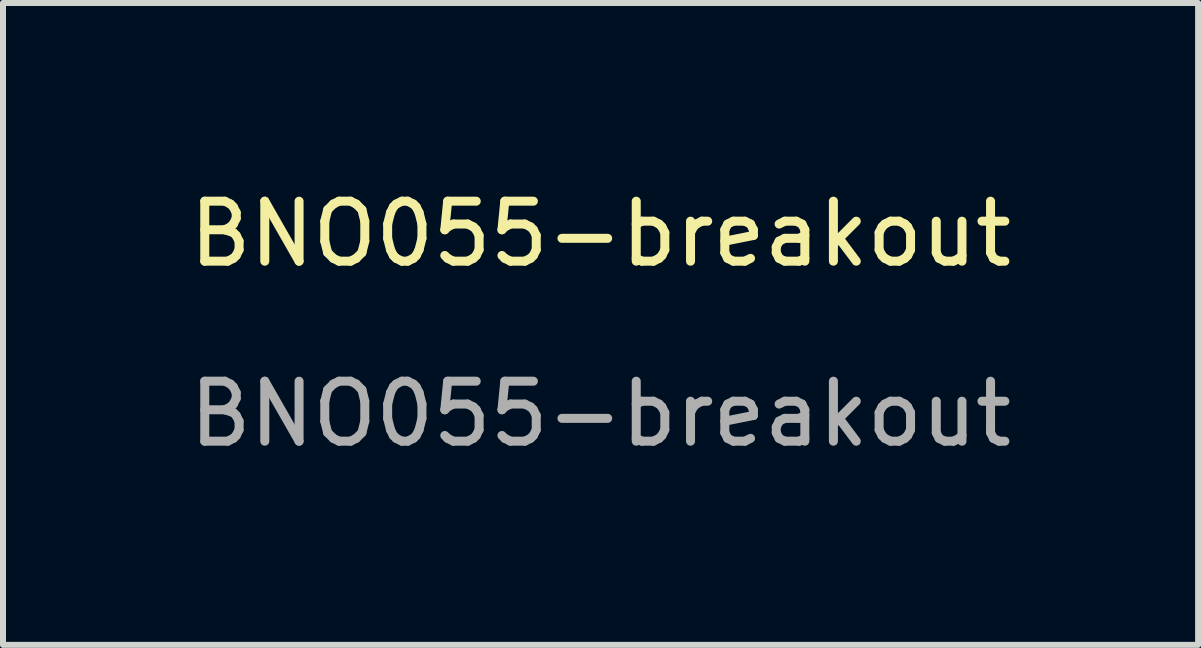
<source format=kicad_pcb>
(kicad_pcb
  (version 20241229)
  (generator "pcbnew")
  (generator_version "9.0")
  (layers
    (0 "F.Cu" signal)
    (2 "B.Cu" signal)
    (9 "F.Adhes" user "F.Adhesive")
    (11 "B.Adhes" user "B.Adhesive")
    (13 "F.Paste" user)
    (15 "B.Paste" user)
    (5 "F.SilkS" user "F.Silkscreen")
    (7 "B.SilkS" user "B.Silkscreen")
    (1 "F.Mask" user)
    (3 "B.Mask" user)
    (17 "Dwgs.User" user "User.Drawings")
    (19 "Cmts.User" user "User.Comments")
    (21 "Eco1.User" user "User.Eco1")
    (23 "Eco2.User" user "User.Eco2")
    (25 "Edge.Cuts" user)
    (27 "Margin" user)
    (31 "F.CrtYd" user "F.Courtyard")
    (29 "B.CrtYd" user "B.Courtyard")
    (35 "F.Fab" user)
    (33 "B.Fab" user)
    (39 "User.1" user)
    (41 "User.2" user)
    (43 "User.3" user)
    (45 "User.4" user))
  (footprint "BNO055-breakout"
    (layer "F.Cu")
    (at 6.958 1.348)
    (property "Reference" "BNO055-breakout" (at 0 -0.5 0) (unlocked yes) (layer "F.SilkS") (effects (font (size 1 1) (thickness 0.15))))
    (attr smd)
    (fp_text user "${REFERENCE}" (at 0 2.5 0) (unlocked yes) (layer "F.Fab") (effects (font (size 1 1) (thickness 0.15)))))
  (gr_rect
    (start -3 -3)
    (end 16.917 7.697)
    (stroke (width 0.1) (type default))
    (fill no)
    (layer "Edge.Cuts")))
</source>
